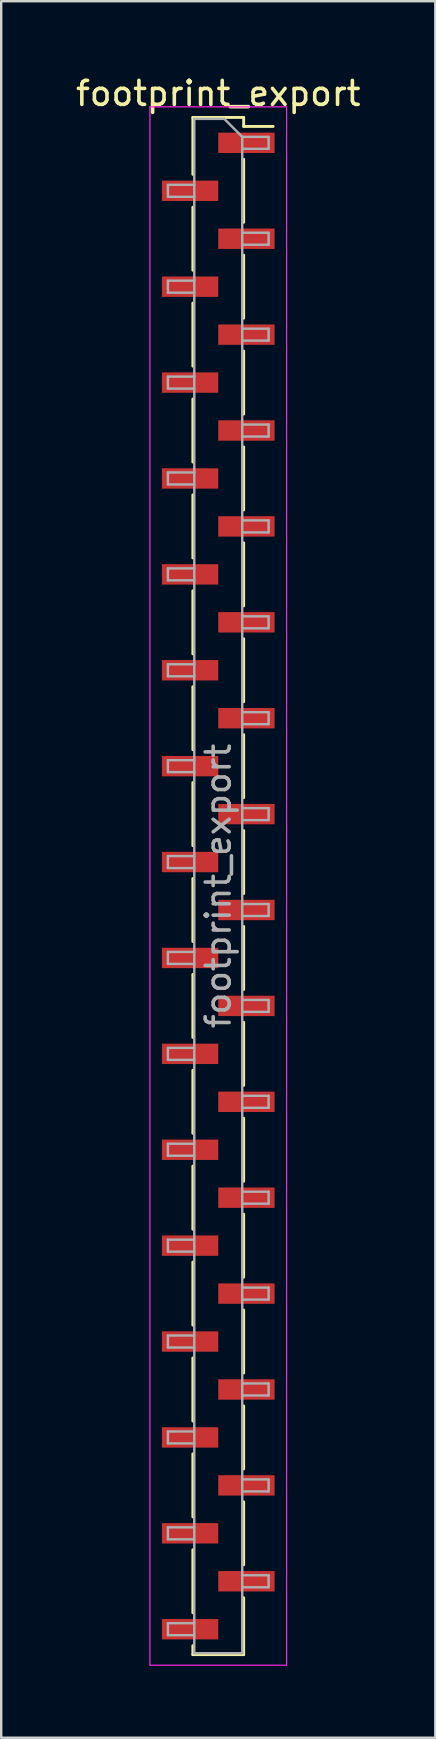
<source format=kicad_pcb>
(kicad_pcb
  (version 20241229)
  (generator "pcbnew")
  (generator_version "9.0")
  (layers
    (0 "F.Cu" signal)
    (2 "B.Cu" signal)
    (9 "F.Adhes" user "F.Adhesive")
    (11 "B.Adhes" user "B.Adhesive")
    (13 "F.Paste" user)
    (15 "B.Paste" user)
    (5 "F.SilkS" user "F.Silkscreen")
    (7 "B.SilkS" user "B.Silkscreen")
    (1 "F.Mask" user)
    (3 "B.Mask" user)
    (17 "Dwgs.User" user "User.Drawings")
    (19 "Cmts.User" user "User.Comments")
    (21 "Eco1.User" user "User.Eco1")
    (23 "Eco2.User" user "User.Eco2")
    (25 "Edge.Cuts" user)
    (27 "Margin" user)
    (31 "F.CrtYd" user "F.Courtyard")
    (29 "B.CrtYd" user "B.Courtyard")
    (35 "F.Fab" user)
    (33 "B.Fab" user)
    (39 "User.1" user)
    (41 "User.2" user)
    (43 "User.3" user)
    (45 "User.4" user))
  (footprint "footprint_export"
    (layer "F.Cu")
    (at 6.054 33.908)
    (property "Reference" "footprint_export" (at 0 -33.06 0) (layer "F.SilkS") (effects (font (size 1 1) (thickness 0.15))))
    (attr smd)
    (fp_line (start -1.06 -32.06) (end -1.06 -29.685) (stroke (width 0.12) (type solid)) (layer "F.SilkS"))
    (fp_line (start -1.06 -32.06) (end 1.06 -32.06) (stroke (width 0.12) (type solid)) (layer "F.SilkS"))
    (fp_line (start -1.06 -28.315) (end -1.06 -25.685) (stroke (width 0.12) (type solid)) (layer "F.SilkS"))
    (fp_line (start -1.06 -24.315) (end -1.06 -21.685) (stroke (width 0.12) (type solid)) (layer "F.SilkS"))
    (fp_line (start -1.06 -20.315) (end -1.06 -17.685) (stroke (width 0.12) (type solid)) (layer "F.SilkS"))
    (fp_line (start -1.06 -16.315) (end -1.06 -13.685) (stroke (width 0.12) (type solid)) (layer "F.SilkS"))
    (fp_line (start -1.06 -12.315) (end -1.06 -9.685) (stroke (width 0.12) (type solid)) (layer "F.SilkS"))
    (fp_line (start -1.06 -8.315) (end -1.06 -5.685) (stroke (width 0.12) (type solid)) (layer "F.SilkS"))
    (fp_line (start -1.06 -4.315) (end -1.06 -1.685) (stroke (width 0.12) (type solid)) (layer "F.SilkS"))
    (fp_line (start -1.06 -0.315) (end -1.06 2.315) (stroke (width 0.12) (type solid)) (layer "F.SilkS"))
    (fp_line (start -1.06 3.685) (end -1.06 6.315) (stroke (width 0.12) (type solid)) (layer "F.SilkS"))
    (fp_line (start -1.06 7.685) (end -1.06 10.315) (stroke (width 0.12) (type solid)) (layer "F.SilkS"))
    (fp_line (start -1.06 11.685) (end -1.06 14.315) (stroke (width 0.12) (type solid)) (layer "F.SilkS"))
    (fp_line (start -1.06 15.685) (end -1.06 18.315) (stroke (width 0.12) (type solid)) (layer "F.SilkS"))
    (fp_line (start -1.06 19.685) (end -1.06 22.315) (stroke (width 0.12) (type solid)) (layer "F.SilkS"))
    (fp_line (start -1.06 23.685) (end -1.06 26.315) (stroke (width 0.12) (type solid)) (layer "F.SilkS"))
    (fp_line (start -1.06 27.685) (end -1.06 30.315) (stroke (width 0.12) (type solid)) (layer "F.SilkS"))
    (fp_line (start -1.06 31.685) (end -1.06 32.06) (stroke (width 0.12) (type solid)) (layer "F.SilkS"))
    (fp_line (start -1.06 32.06) (end 1.06 32.06) (stroke (width 0.12) (type solid)) (layer "F.SilkS"))
    (fp_line (start 1.06 -32.06) (end 1.06 -31.685) (stroke (width 0.12) (type solid)) (layer "F.SilkS"))
    (fp_line (start 1.06 -31.685) (end 2.29 -31.685) (stroke (width 0.12) (type solid)) (layer "F.SilkS"))
    (fp_line (start 1.06 -30.315) (end 1.06 -27.685) (stroke (width 0.12) (type solid)) (layer "F.SilkS"))
    (fp_line (start 1.06 -26.315) (end 1.06 -23.685) (stroke (width 0.12) (type solid)) (layer "F.SilkS"))
    (fp_line (start 1.06 -22.315) (end 1.06 -19.685) (stroke (width 0.12) (type solid)) (layer "F.SilkS"))
    (fp_line (start 1.06 -18.315) (end 1.06 -15.685) (stroke (width 0.12) (type solid)) (layer "F.SilkS"))
    (fp_line (start 1.06 -14.315) (end 1.06 -11.685) (stroke (width 0.12) (type solid)) (layer "F.SilkS"))
    (fp_line (start 1.06 -10.315) (end 1.06 -7.685) (stroke (width 0.12) (type solid)) (layer "F.SilkS"))
    (fp_line (start 1.06 -6.315) (end 1.06 -3.685) (stroke (width 0.12) (type solid)) (layer "F.SilkS"))
    (fp_line (start 1.06 -2.315) (end 1.06 0.315) (stroke (width 0.12) (type solid)) (layer "F.SilkS"))
    (fp_line (start 1.06 1.685) (end 1.06 4.315) (stroke (width 0.12) (type solid)) (layer "F.SilkS"))
    (fp_line (start 1.06 5.685) (end 1.06 8.315) (stroke (width 0.12) (type solid)) (layer "F.SilkS"))
    (fp_line (start 1.06 9.685) (end 1.06 12.315) (stroke (width 0.12) (type solid)) (layer "F.SilkS"))
    (fp_line (start 1.06 13.685) (end 1.06 16.315) (stroke (width 0.12) (type solid)) (layer "F.SilkS"))
    (fp_line (start 1.06 17.685) (end 1.06 20.315) (stroke (width 0.12) (type solid)) (layer "F.SilkS"))
    (fp_line (start 1.06 21.685) (end 1.06 24.315) (stroke (width 0.12) (type solid)) (layer "F.SilkS"))
    (fp_line (start 1.06 25.685) (end 1.06 28.315) (stroke (width 0.12) (type solid)) (layer "F.SilkS"))
    (fp_line (start 1.06 29.685) (end 1.06 32.06) (stroke (width 0.12) (type solid)) (layer "F.SilkS"))
    (fp_line (start -2.85 -32.5) (end -2.85 32.5) (stroke (width 0.05) (type solid)) (layer "F.CrtYd"))
    (fp_line (start -2.85 32.5) (end 2.85 32.5) (stroke (width 0.05) (type solid)) (layer "F.CrtYd"))
    (fp_line (start 2.85 -32.5) (end -2.85 -32.5) (stroke (width 0.05) (type solid)) (layer "F.CrtYd"))
    (fp_line (start 2.85 32.5) (end 2.85 -32.5) (stroke (width 0.05) (type solid)) (layer "F.CrtYd"))
    (fp_line (start -2.1 -29.25) (end -2.1 -28.75) (stroke (width 0.1) (type solid)) (layer "F.Fab"))
    (fp_line (start -2.1 -28.75) (end -1 -28.75) (stroke (width 0.1) (type solid)) (layer "F.Fab"))
    (fp_line (start -2.1 -25.25) (end -2.1 -24.75) (stroke (width 0.1) (type solid)) (layer "F.Fab"))
    (fp_line (start -2.1 -24.75) (end -1 -24.75) (stroke (width 0.1) (type solid)) (layer "F.Fab"))
    (fp_line (start -2.1 -21.25) (end -2.1 -20.75) (stroke (width 0.1) (type solid)) (layer "F.Fab"))
    (fp_line (start -2.1 -20.75) (end -1 -20.75) (stroke (width 0.1) (type solid)) (layer "F.Fab"))
    (fp_line (start -2.1 -17.25) (end -2.1 -16.75) (stroke (width 0.1) (type solid)) (layer "F.Fab"))
    (fp_line (start -2.1 -16.75) (end -1 -16.75) (stroke (width 0.1) (type solid)) (layer "F.Fab"))
    (fp_line (start -2.1 -13.25) (end -2.1 -12.75) (stroke (width 0.1) (type solid)) (layer "F.Fab"))
    (fp_line (start -2.1 -12.75) (end -1 -12.75) (stroke (width 0.1) (type solid)) (layer "F.Fab"))
    (fp_line (start -2.1 -9.25) (end -2.1 -8.75) (stroke (width 0.1) (type solid)) (layer "F.Fab"))
    (fp_line (start -2.1 -8.75) (end -1 -8.75) (stroke (width 0.1) (type solid)) (layer "F.Fab"))
    (fp_line (start -2.1 -5.25) (end -2.1 -4.75) (stroke (width 0.1) (type solid)) (layer "F.Fab"))
    (fp_line (start -2.1 -4.75) (end -1 -4.75) (stroke (width 0.1) (type solid)) (layer "F.Fab"))
    (fp_line (start -2.1 -1.25) (end -2.1 -0.75) (stroke (width 0.1) (type solid)) (layer "F.Fab"))
    (fp_line (start -2.1 -0.75) (end -1 -0.75) (stroke (width 0.1) (type solid)) (layer "F.Fab"))
    (fp_line (start -2.1 2.75) (end -2.1 3.25) (stroke (width 0.1) (type solid)) (layer "F.Fab"))
    (fp_line (start -2.1 3.25) (end -1 3.25) (stroke (width 0.1) (type solid)) (layer "F.Fab"))
    (fp_line (start -2.1 6.75) (end -2.1 7.25) (stroke (width 0.1) (type solid)) (layer "F.Fab"))
    (fp_line (start -2.1 7.25) (end -1 7.25) (stroke (width 0.1) (type solid)) (layer "F.Fab"))
    (fp_line (start -2.1 10.75) (end -2.1 11.25) (stroke (width 0.1) (type solid)) (layer "F.Fab"))
    (fp_line (start -2.1 11.25) (end -1 11.25) (stroke (width 0.1) (type solid)) (layer "F.Fab"))
    (fp_line (start -2.1 14.75) (end -2.1 15.25) (stroke (width 0.1) (type solid)) (layer "F.Fab"))
    (fp_line (start -2.1 15.25) (end -1 15.25) (stroke (width 0.1) (type solid)) (layer "F.Fab"))
    (fp_line (start -2.1 18.75) (end -2.1 19.25) (stroke (width 0.1) (type solid)) (layer "F.Fab"))
    (fp_line (start -2.1 19.25) (end -1 19.25) (stroke (width 0.1) (type solid)) (layer "F.Fab"))
    (fp_line (start -2.1 22.75) (end -2.1 23.25) (stroke (width 0.1) (type solid)) (layer "F.Fab"))
    (fp_line (start -2.1 23.25) (end -1 23.25) (stroke (width 0.1) (type solid)) (layer "F.Fab"))
    (fp_line (start -2.1 26.75) (end -2.1 27.25) (stroke (width 0.1) (type solid)) (layer "F.Fab"))
    (fp_line (start -2.1 27.25) (end -1 27.25) (stroke (width 0.1) (type solid)) (layer "F.Fab"))
    (fp_line (start -2.1 30.75) (end -2.1 31.25) (stroke (width 0.1) (type solid)) (layer "F.Fab"))
    (fp_line (start -2.1 31.25) (end -1 31.25) (stroke (width 0.1) (type solid)) (layer "F.Fab"))
    (fp_line (start -1 -32) (end -1 32) (stroke (width 0.1) (type solid)) (layer "F.Fab"))
    (fp_line (start -1 -32) (end 0.25 -32) (stroke (width 0.1) (type solid)) (layer "F.Fab"))
    (fp_line (start -1 -29.25) (end -2.1 -29.25) (stroke (width 0.1) (type solid)) (layer "F.Fab"))
    (fp_line (start -1 -25.25) (end -2.1 -25.25) (stroke (width 0.1) (type solid)) (layer "F.Fab"))
    (fp_line (start -1 -21.25) (end -2.1 -21.25) (stroke (width 0.1) (type solid)) (layer "F.Fab"))
    (fp_line (start -1 -17.25) (end -2.1 -17.25) (stroke (width 0.1) (type solid)) (layer "F.Fab"))
    (fp_line (start -1 -13.25) (end -2.1 -13.25) (stroke (width 0.1) (type solid)) (layer "F.Fab"))
    (fp_line (start -1 -9.25) (end -2.1 -9.25) (stroke (width 0.1) (type solid)) (layer "F.Fab"))
    (fp_line (start -1 -5.25) (end -2.1 -5.25) (stroke (width 0.1) (type solid)) (layer "F.Fab"))
    (fp_line (start -1 -1.25) (end -2.1 -1.25) (stroke (width 0.1) (type solid)) (layer "F.Fab"))
    (fp_line (start -1 2.75) (end -2.1 2.75) (stroke (width 0.1) (type solid)) (layer "F.Fab"))
    (fp_line (start -1 6.75) (end -2.1 6.75) (stroke (width 0.1) (type solid)) (layer "F.Fab"))
    (fp_line (start -1 10.75) (end -2.1 10.75) (stroke (width 0.1) (type solid)) (layer "F.Fab"))
    (fp_line (start -1 14.75) (end -2.1 14.75) (stroke (width 0.1) (type solid)) (layer "F.Fab"))
    (fp_line (start -1 18.75) (end -2.1 18.75) (stroke (width 0.1) (type solid)) (layer "F.Fab"))
    (fp_line (start -1 22.75) (end -2.1 22.75) (stroke (width 0.1) (type solid)) (layer "F.Fab"))
    (fp_line (start -1 26.75) (end -2.1 26.75) (stroke (width 0.1) (type solid)) (layer "F.Fab"))
    (fp_line (start -1 30.75) (end -2.1 30.75) (stroke (width 0.1) (type solid)) (layer "F.Fab"))
    (fp_line (start 1 -31.25) (end 0.25 -32) (stroke (width 0.1) (type solid)) (layer "F.Fab"))
    (fp_line (start 1 -31.25) (end 2.1 -31.25) (stroke (width 0.1) (type solid)) (layer "F.Fab"))
    (fp_line (start 1 -27.25) (end 2.1 -27.25) (stroke (width 0.1) (type solid)) (layer "F.Fab"))
    (fp_line (start 1 -23.25) (end 2.1 -23.25) (stroke (width 0.1) (type solid)) (layer "F.Fab"))
    (fp_line (start 1 -19.25) (end 2.1 -19.25) (stroke (width 0.1) (type solid)) (layer "F.Fab"))
    (fp_line (start 1 -15.25) (end 2.1 -15.25) (stroke (width 0.1) (type solid)) (layer "F.Fab"))
    (fp_line (start 1 -11.25) (end 2.1 -11.25) (stroke (width 0.1) (type solid)) (layer "F.Fab"))
    (fp_line (start 1 -7.25) (end 2.1 -7.25) (stroke (width 0.1) (type solid)) (layer "F.Fab"))
    (fp_line (start 1 -3.25) (end 2.1 -3.25) (stroke (width 0.1) (type solid)) (layer "F.Fab"))
    (fp_line (start 1 0.75) (end 2.1 0.75) (stroke (width 0.1) (type solid)) (layer "F.Fab"))
    (fp_line (start 1 4.75) (end 2.1 4.75) (stroke (width 0.1) (type solid)) (layer "F.Fab"))
    (fp_line (start 1 8.75) (end 2.1 8.75) (stroke (width 0.1) (type solid)) (layer "F.Fab"))
    (fp_line (start 1 12.75) (end 2.1 12.75) (stroke (width 0.1) (type solid)) (layer "F.Fab"))
    (fp_line (start 1 16.75) (end 2.1 16.75) (stroke (width 0.1) (type solid)) (layer "F.Fab"))
    (fp_line (start 1 20.75) (end 2.1 20.75) (stroke (width 0.1) (type solid)) (layer "F.Fab"))
    (fp_line (start 1 24.75) (end 2.1 24.75) (stroke (width 0.1) (type solid)) (layer "F.Fab"))
    (fp_line (start 1 28.75) (end 2.1 28.75) (stroke (width 0.1) (type solid)) (layer "F.Fab"))
    (fp_line (start 1 32) (end -1 32) (stroke (width 0.1) (type solid)) (layer "F.Fab"))
    (fp_line (start 1 32) (end 1 -31.25) (stroke (width 0.1) (type solid)) (layer "F.Fab"))
    (fp_line (start 2.1 -31.25) (end 2.1 -30.75) (stroke (width 0.1) (type solid)) (layer "F.Fab"))
    (fp_line (start 2.1 -30.75) (end 1 -30.75) (stroke (width 0.1) (type solid)) (layer "F.Fab"))
    (fp_line (start 2.1 -27.25) (end 2.1 -26.75) (stroke (width 0.1) (type solid)) (layer "F.Fab"))
    (fp_line (start 2.1 -26.75) (end 1 -26.75) (stroke (width 0.1) (type solid)) (layer "F.Fab"))
    (fp_line (start 2.1 -23.25) (end 2.1 -22.75) (stroke (width 0.1) (type solid)) (layer "F.Fab"))
    (fp_line (start 2.1 -22.75) (end 1 -22.75) (stroke (width 0.1) (type solid)) (layer "F.Fab"))
    (fp_line (start 2.1 -19.25) (end 2.1 -18.75) (stroke (width 0.1) (type solid)) (layer "F.Fab"))
    (fp_line (start 2.1 -18.75) (end 1 -18.75) (stroke (width 0.1) (type solid)) (layer "F.Fab"))
    (fp_line (start 2.1 -15.25) (end 2.1 -14.75) (stroke (width 0.1) (type solid)) (layer "F.Fab"))
    (fp_line (start 2.1 -14.75) (end 1 -14.75) (stroke (width 0.1) (type solid)) (layer "F.Fab"))
    (fp_line (start 2.1 -11.25) (end 2.1 -10.75) (stroke (width 0.1) (type solid)) (layer "F.Fab"))
    (fp_line (start 2.1 -10.75) (end 1 -10.75) (stroke (width 0.1) (type solid)) (layer "F.Fab"))
    (fp_line (start 2.1 -7.25) (end 2.1 -6.75) (stroke (width 0.1) (type solid)) (layer "F.Fab"))
    (fp_line (start 2.1 -6.75) (end 1 -6.75) (stroke (width 0.1) (type solid)) (layer "F.Fab"))
    (fp_line (start 2.1 -3.25) (end 2.1 -2.75) (stroke (width 0.1) (type solid)) (layer "F.Fab"))
    (fp_line (start 2.1 -2.75) (end 1 -2.75) (stroke (width 0.1) (type solid)) (layer "F.Fab"))
    (fp_line (start 2.1 0.75) (end 2.1 1.25) (stroke (width 0.1) (type solid)) (layer "F.Fab"))
    (fp_line (start 2.1 1.25) (end 1 1.25) (stroke (width 0.1) (type solid)) (layer "F.Fab"))
    (fp_line (start 2.1 4.75) (end 2.1 5.25) (stroke (width 0.1) (type solid)) (layer "F.Fab"))
    (fp_line (start 2.1 5.25) (end 1 5.25) (stroke (width 0.1) (type solid)) (layer "F.Fab"))
    (fp_line (start 2.1 8.75) (end 2.1 9.25) (stroke (width 0.1) (type solid)) (layer "F.Fab"))
    (fp_line (start 2.1 9.25) (end 1 9.25) (stroke (width 0.1) (type solid)) (layer "F.Fab"))
    (fp_line (start 2.1 12.75) (end 2.1 13.25) (stroke (width 0.1) (type solid)) (layer "F.Fab"))
    (fp_line (start 2.1 13.25) (end 1 13.25) (stroke (width 0.1) (type solid)) (layer "F.Fab"))
    (fp_line (start 2.1 16.75) (end 2.1 17.25) (stroke (width 0.1) (type solid)) (layer "F.Fab"))
    (fp_line (start 2.1 17.25) (end 1 17.25) (stroke (width 0.1) (type solid)) (layer "F.Fab"))
    (fp_line (start 2.1 20.75) (end 2.1 21.25) (stroke (width 0.1) (type solid)) (layer "F.Fab"))
    (fp_line (start 2.1 21.25) (end 1 21.25) (stroke (width 0.1) (type solid)) (layer "F.Fab"))
    (fp_line (start 2.1 24.75) (end 2.1 25.25) (stroke (width 0.1) (type solid)) (layer "F.Fab"))
    (fp_line (start 2.1 25.25) (end 1 25.25) (stroke (width 0.1) (type solid)) (layer "F.Fab"))
    (fp_line (start 2.1 28.75) (end 2.1 29.25) (stroke (width 0.1) (type solid)) (layer "F.Fab"))
    (fp_line (start 2.1 29.25) (end 1 29.25) (stroke (width 0.1) (type solid)) (layer "F.Fab"))
    (fp_text user "${REFERENCE}" (at 0 0 90) (layer "F.Fab") (effects (font (size 1 1) (thickness 0.15))))
    (pad "1" smd rect (at 1.175 -31) (size 2.35 0.85) (layers "F.Cu" "F.Mask" "F.Paste"))
    (pad "2" smd rect (at -1.175 -29) (size 2.35 0.85) (layers "F.Cu" "F.Mask" "F.Paste"))
    (pad "3" smd rect (at 1.175 -27) (size 2.35 0.85) (layers "F.Cu" "F.Mask" "F.Paste"))
    (pad "4" smd rect (at -1.175 -25) (size 2.35 0.85) (layers "F.Cu" "F.Mask" "F.Paste"))
    (pad "5" smd rect (at 1.175 -23) (size 2.35 0.85) (layers "F.Cu" "F.Mask" "F.Paste"))
    (pad "6" smd rect (at -1.175 -21) (size 2.35 0.85) (layers "F.Cu" "F.Mask" "F.Paste"))
    (pad "7" smd rect (at 1.175 -19) (size 2.35 0.85) (layers "F.Cu" "F.Mask" "F.Paste"))
    (pad "8" smd rect (at -1.175 -17) (size 2.35 0.85) (layers "F.Cu" "F.Mask" "F.Paste"))
    (pad "9" smd rect (at 1.175 -15) (size 2.35 0.85) (layers "F.Cu" "F.Mask" "F.Paste"))
    (pad "10" smd rect (at -1.175 -13) (size 2.35 0.85) (layers "F.Cu" "F.Mask" "F.Paste"))
    (pad "11" smd rect (at 1.175 -11) (size 2.35 0.85) (layers "F.Cu" "F.Mask" "F.Paste"))
    (pad "12" smd rect (at -1.175 -9) (size 2.35 0.85) (layers "F.Cu" "F.Mask" "F.Paste"))
    (pad "13" smd rect (at 1.175 -7) (size 2.35 0.85) (layers "F.Cu" "F.Mask" "F.Paste"))
    (pad "14" smd rect (at -1.175 -5) (size 2.35 0.85) (layers "F.Cu" "F.Mask" "F.Paste"))
    (pad "15" smd rect (at 1.175 -3) (size 2.35 0.85) (layers "F.Cu" "F.Mask" "F.Paste"))
    (pad "16" smd rect (at -1.175 -1) (size 2.35 0.85) (layers "F.Cu" "F.Mask" "F.Paste"))
    (pad "17" smd rect (at 1.175 1) (size 2.35 0.85) (layers "F.Cu" "F.Mask" "F.Paste"))
    (pad "18" smd rect (at -1.175 3) (size 2.35 0.85) (layers "F.Cu" "F.Mask" "F.Paste"))
    (pad "19" smd rect (at 1.175 5) (size 2.35 0.85) (layers "F.Cu" "F.Mask" "F.Paste"))
    (pad "20" smd rect (at -1.175 7) (size 2.35 0.85) (layers "F.Cu" "F.Mask" "F.Paste"))
    (pad "21" smd rect (at 1.175 9) (size 2.35 0.85) (layers "F.Cu" "F.Mask" "F.Paste"))
    (pad "22" smd rect (at -1.175 11) (size 2.35 0.85) (layers "F.Cu" "F.Mask" "F.Paste"))
    (pad "23" smd rect (at 1.175 13) (size 2.35 0.85) (layers "F.Cu" "F.Mask" "F.Paste"))
    (pad "24" smd rect (at -1.175 15) (size 2.35 0.85) (layers "F.Cu" "F.Mask" "F.Paste"))
    (pad "25" smd rect (at 1.175 17) (size 2.35 0.85) (layers "F.Cu" "F.Mask" "F.Paste"))
    (pad "26" smd rect (at -1.175 19) (size 2.35 0.85) (layers "F.Cu" "F.Mask" "F.Paste"))
    (pad "27" smd rect (at 1.175 21) (size 2.35 0.85) (layers "F.Cu" "F.Mask" "F.Paste"))
    (pad "28" smd rect (at -1.175 23) (size 2.35 0.85) (layers "F.Cu" "F.Mask" "F.Paste"))
    (pad "29" smd rect (at 1.175 25) (size 2.35 0.85) (layers "F.Cu" "F.Mask" "F.Paste"))
    (pad "30" smd rect (at -1.175 27) (size 2.35 0.85) (layers "F.Cu" "F.Mask" "F.Paste"))
    (pad "31" smd rect (at 1.175 29) (size 2.35 0.85) (layers "F.Cu" "F.Mask" "F.Paste"))
    (pad "32" smd rect (at -1.175 31) (size 2.35 0.85) (layers "F.Cu" "F.Mask" "F.Paste")))
  (gr_rect
    (start -3 -3)
    (end 15.107 69.433)
    (stroke (width 0.1) (type default))
    (fill no)
    (layer "Edge.Cuts")))
</source>
